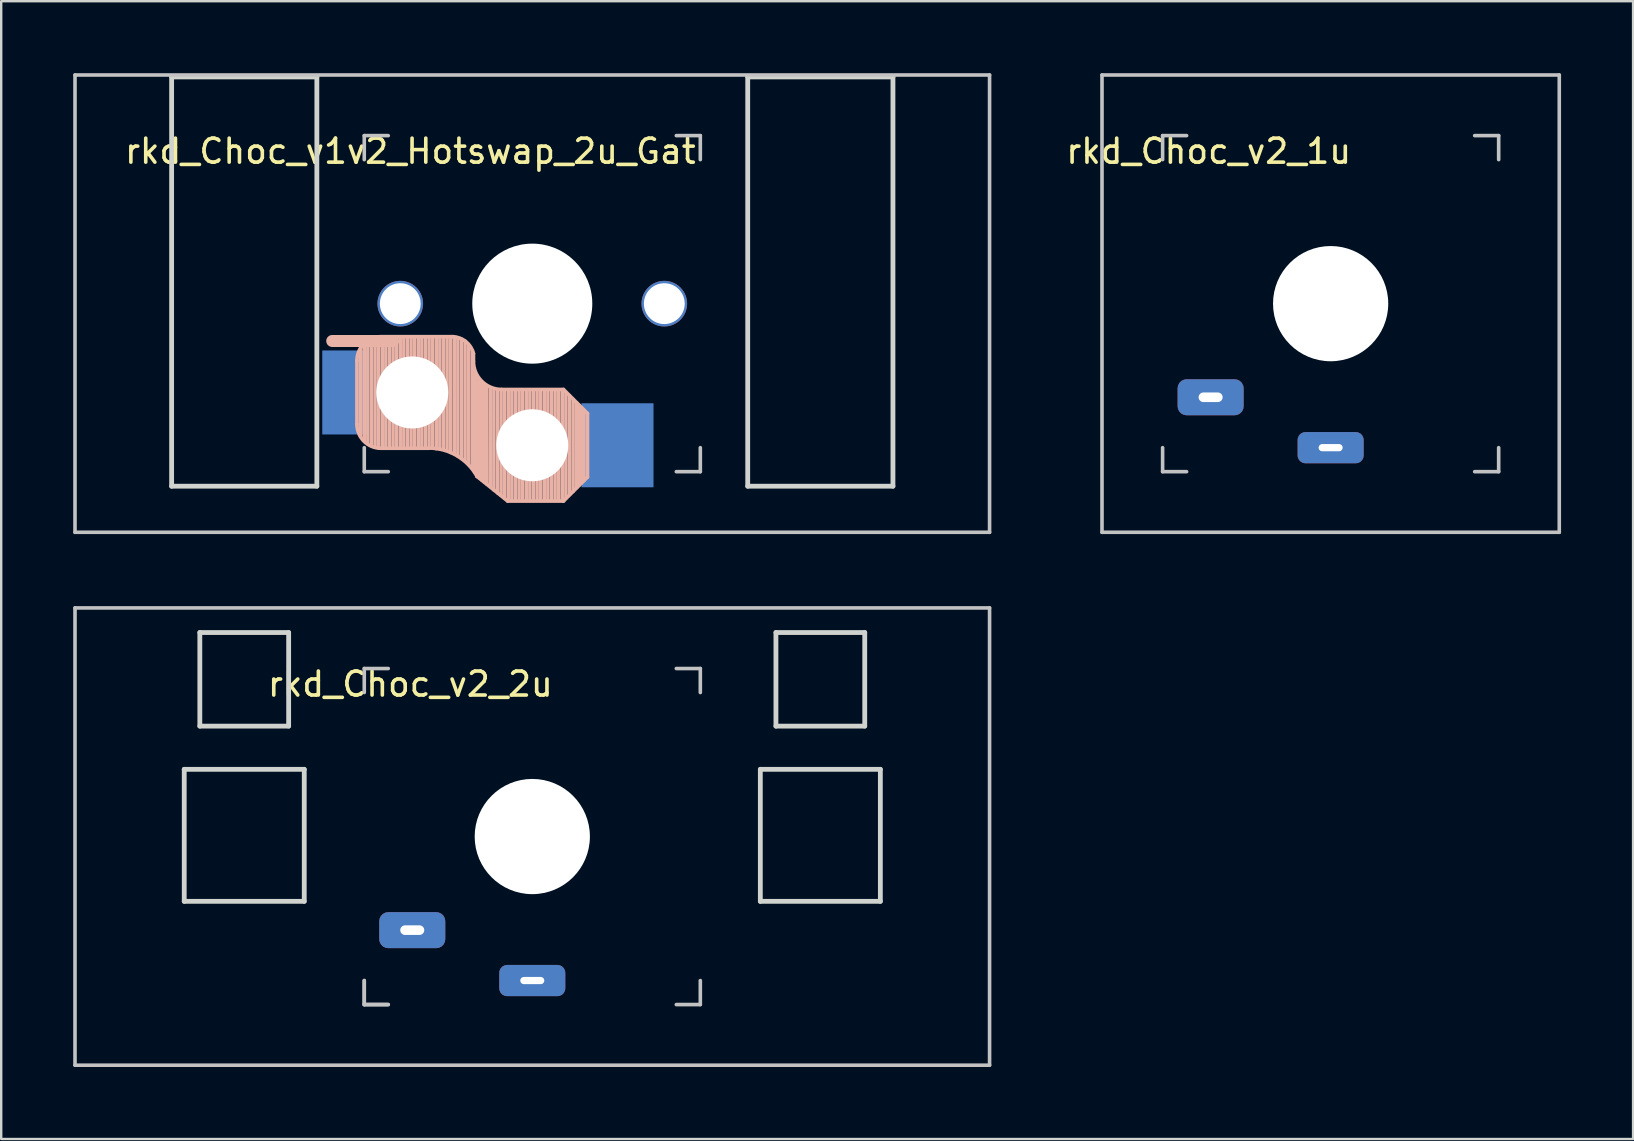
<source format=kicad_pcb>
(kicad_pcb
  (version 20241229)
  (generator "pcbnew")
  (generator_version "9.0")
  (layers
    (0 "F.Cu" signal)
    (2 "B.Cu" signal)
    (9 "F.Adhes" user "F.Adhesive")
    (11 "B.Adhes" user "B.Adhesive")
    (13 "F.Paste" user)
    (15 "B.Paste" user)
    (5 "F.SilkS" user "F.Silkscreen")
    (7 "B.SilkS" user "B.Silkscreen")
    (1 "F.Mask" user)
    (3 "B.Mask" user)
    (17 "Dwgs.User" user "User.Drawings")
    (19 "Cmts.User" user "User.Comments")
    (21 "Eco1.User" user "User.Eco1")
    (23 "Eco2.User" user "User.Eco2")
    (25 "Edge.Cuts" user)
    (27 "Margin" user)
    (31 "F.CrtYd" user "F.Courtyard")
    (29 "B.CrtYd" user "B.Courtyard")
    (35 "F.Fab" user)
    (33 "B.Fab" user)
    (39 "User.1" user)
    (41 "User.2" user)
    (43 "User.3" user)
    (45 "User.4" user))
  (footprint "rkd_Choc_v1v2_Hotswap_2u_Gat"
    (layer "F.Cu")
    (at 19.125 9.6)
    (property "Reference" "rkd_Choc_v1v2_Hotswap_2u_Gat" (at -5.08 -6.35 180) (layer "F.SilkS") (effects (font (size 1 1) (thickness 0.15))))
    (attr through_hole)
    (fp_line (start -7.305 2.375) (end -7.305 5.025) (stroke (width 0.15) (type solid)) (layer "B.SilkS"))
    (fp_line (start -7.15 5.53) (end -7.15 1.85) (stroke (width 0.15) (type solid)) (layer "B.SilkS"))
    (fp_line (start -7 5.7) (end -7 1.73) (stroke (width 0.15) (type solid)) (layer "B.SilkS"))
    (fp_line (start -6.85 5.84) (end -6.85 1.7) (stroke (width 0.15) (type solid)) (layer "B.SilkS"))
    (fp_line (start -6.7 5.92) (end -6.7 1.8) (stroke (width 0.15) (type solid)) (layer "B.SilkS"))
    (fp_line (start -6.55 5.97) (end -6.55 1.65) (stroke (width 0.15) (type solid)) (layer "B.SilkS"))
    (fp_line (start -6.4 6.01) (end -6.4 1.5) (stroke (width 0.15) (type solid)) (layer "B.SilkS"))
    (fp_line (start -6.25 6) (end -6.25 1.4) (stroke (width 0.15) (type solid)) (layer "B.SilkS"))
    (fp_line (start -6.1 6) (end -6.1 1.4) (stroke (width 0.15) (type solid)) (layer "B.SilkS"))
    (fp_line (start -5.95 6) (end -5.95 1.4) (stroke (width 0.15) (type solid)) (layer "B.SilkS"))
    (fp_line (start -5.8 1.555) (end -8.334 1.555) (stroke (width 0.5) (type default)) (layer "B.SilkS"))
    (fp_line (start -5.8 6) (end -5.8 1.4) (stroke (width 0.15) (type solid)) (layer "B.SilkS"))
    (fp_line (start -5.65 6) (end -5.65 1.4) (stroke (width 0.15) (type solid)) (layer "B.SilkS"))
    (fp_line (start -5.5 6) (end -5.5 1.4) (stroke (width 0.15) (type solid)) (layer "B.SilkS"))
    (fp_line (start -5.35 6) (end -5.35 1.4) (stroke (width 0.15) (type solid)) (layer "B.SilkS"))
    (fp_line (start -5.2 6) (end -5.2 1.4) (stroke (width 0.15) (type solid)) (layer "B.SilkS"))
    (fp_line (start -5.05 6) (end -5.05 1.4) (stroke (width 0.15) (type solid)) (layer "B.SilkS"))
    (fp_line (start -4.9 6) (end -4.9 1.4) (stroke (width 0.15) (type solid)) (layer "B.SilkS"))
    (fp_line (start -4.75 6) (end -4.75 1.4) (stroke (width 0.15) (type solid)) (layer "B.SilkS"))
    (fp_line (start -4.6 6) (end -4.6 1.4) (stroke (width 0.15) (type solid)) (layer "B.SilkS"))
    (fp_line (start -4.45 6) (end -4.45 1.4) (stroke (width 0.15) (type solid)) (layer "B.SilkS"))
    (fp_line (start -4.3 6) (end -4.3 1.4) (stroke (width 0.15) (type solid)) (layer "B.SilkS"))
    (fp_line (start -4.3 6.025) (end -6.275 6.025) (stroke (width 0.15) (type solid)) (layer "B.SilkS"))
    (fp_line (start -4.15 6) (end -4.15 1.45) (stroke (width 0.15) (type solid)) (layer "B.SilkS"))
    (fp_line (start -4 6.04) (end -4 1.4) (stroke (width 0.15) (type solid)) (layer "B.SilkS"))
    (fp_line (start -3.85 6.05) (end -3.85 1.4) (stroke (width 0.15) (type solid)) (layer "B.SilkS"))
    (fp_line (start -3.7 6.05) (end -3.7 1.45) (stroke (width 0.15) (type solid)) (layer "B.SilkS"))
    (fp_line (start -3.55 6.1) (end -3.55 1.39) (stroke (width 0.15) (type solid)) (layer "B.SilkS"))
    (fp_line (start -3.4 6.2) (end -3.4 1.38) (stroke (width 0.15) (type solid)) (layer "B.SilkS"))
    (fp_line (start -3.311 1.375) (end -6.275 1.375) (stroke (width 0.15) (type solid)) (layer "B.SilkS"))
    (fp_line (start -3.25 6.25) (end -3.25 1.4) (stroke (width 0.15) (type solid)) (layer "B.SilkS"))
    (fp_line (start -3.1 6.35) (end -3.1 1.43) (stroke (width 0.15) (type solid)) (layer "B.SilkS"))
    (fp_line (start -2.95 6.45) (end -2.95 1.48) (stroke (width 0.15) (type solid)) (layer "B.SilkS"))
    (fp_line (start -2.8 6.55) (end -2.8 1.56) (stroke (width 0.15) (type solid)) (layer "B.SilkS"))
    (fp_line (start -2.65 6.7) (end -2.65 1.75) (stroke (width 0.15) (type solid)) (layer "B.SilkS"))
    (fp_line (start -2.5 6.85) (end -2.5 1.95) (stroke (width 0.15) (type solid)) (layer "B.SilkS"))
    (fp_line (start -2.45 2.4) (end -2.45 2.077) (stroke (width 0.15) (type default)) (layer "B.SilkS"))
    (fp_line (start -2.4 7.02) (end -2.4 2.9) (stroke (width 0.15) (type solid)) (layer "B.SilkS"))
    (fp_line (start -2.3 7.2) (end -2.3 3.05) (stroke (width 0.15) (type solid)) (layer "B.SilkS"))
    (fp_line (start -2.3 7.2) (end -1.025 8.225) (stroke (width 0.15) (type solid)) (layer "B.SilkS"))
    (fp_line (start -2.2 7.27) (end -2.2 3.25) (stroke (width 0.15) (type solid)) (layer "B.SilkS"))
    (fp_line (start -2.1 7.35) (end -2.1 3.35) (stroke (width 0.15) (type solid)) (layer "B.SilkS"))
    (fp_line (start -2 7.43) (end -2 3.4) (stroke (width 0.15) (type solid)) (layer "B.SilkS"))
    (fp_line (start -1.89 7.52) (end -1.9 3.45) (stroke (width 0.15) (type solid)) (layer "B.SilkS"))
    (fp_line (start -1.75 7.62) (end -1.75 3.5) (stroke (width 0.15) (type solid)) (layer "B.SilkS"))
    (fp_line (start -1.6 7.76) (end -1.6 3.6) (stroke (width 0.15) (type solid)) (layer "B.SilkS"))
    (fp_line (start -1.45 7.88) (end -1.45 3.6) (stroke (width 0.15) (type solid)) (layer "B.SilkS"))
    (fp_line (start -1.3 7.99) (end -1.3 3.6) (stroke (width 0.15) (type solid)) (layer "B.SilkS"))
    (fp_line (start -1.15 8.11) (end -1.15 3.65) (stroke (width 0.15) (type solid)) (layer "B.SilkS"))
    (fp_line (start -1 8.2) (end -1 3.6) (stroke (width 0.15) (type solid)) (layer "B.SilkS"))
    (fp_line (start -0.85 8.2) (end -0.85 3.6) (stroke (width 0.15) (type solid)) (layer "B.SilkS"))
    (fp_line (start -0.7 8.2) (end -0.7 3.6) (stroke (width 0.15) (type solid)) (layer "B.SilkS"))
    (fp_line (start -0.55 8.2) (end -0.55 3.6) (stroke (width 0.15) (type solid)) (layer "B.SilkS"))
    (fp_line (start -0.4 8.2) (end -0.4 3.6) (stroke (width 0.15) (type solid)) (layer "B.SilkS"))
    (fp_line (start -0.25 8.2) (end -0.25 3.6) (stroke (width 0.15) (type solid)) (layer "B.SilkS"))
    (fp_line (start -0.1 8.2) (end -0.1 3.6) (stroke (width 0.15) (type solid)) (layer "B.SilkS"))
    (fp_line (start 0.05 8.2) (end 0.05 3.6) (stroke (width 0.15) (type solid)) (layer "B.SilkS"))
    (fp_line (start 0.2 8.2) (end 0.2 3.6) (stroke (width 0.15) (type solid)) (layer "B.SilkS"))
    (fp_line (start 0.35 8.2) (end 0.35 3.6) (stroke (width 0.15) (type solid)) (layer "B.SilkS"))
    (fp_line (start 0.5 8.2) (end 0.5 3.6) (stroke (width 0.15) (type solid)) (layer "B.SilkS"))
    (fp_line (start 0.65 8.2) (end 0.65 3.6) (stroke (width 0.15) (type solid)) (layer "B.SilkS"))
    (fp_line (start 0.8 8.2) (end 0.8 3.6) (stroke (width 0.15) (type solid)) (layer "B.SilkS"))
    (fp_line (start 0.95 8.2) (end 0.95 3.6) (stroke (width 0.15) (type solid)) (layer "B.SilkS"))
    (fp_line (start 1.1 8.2) (end 1.1 3.6) (stroke (width 0.15) (type solid)) (layer "B.SilkS"))
    (fp_line (start 1.25 8.2) (end 1.25 3.6) (stroke (width 0.15) (type solid)) (layer "B.SilkS"))
    (fp_line (start 1.3 3.575) (end -1.275 3.575) (stroke (width 0.15) (type solid)) (layer "B.SilkS"))
    (fp_line (start 1.3 8.225) (end -1.025 8.225) (stroke (width 0.15) (type solid)) (layer "B.SilkS"))
    (fp_line (start 1.4 8.09) (end 1.4 3.7) (stroke (width 0.15) (type solid)) (layer "B.SilkS"))
    (fp_line (start 1.55 7.95) (end 1.55 3.83) (stroke (width 0.15) (type solid)) (layer "B.SilkS"))
    (fp_line (start 1.7 7.82) (end 1.7 3.99) (stroke (width 0.15) (type solid)) (layer "B.SilkS"))
    (fp_line (start 1.85 7.66) (end 1.85 4.13) (stroke (width 0.15) (type solid)) (layer "B.SilkS"))
    (fp_line (start 1.95 7.56) (end 1.95 4.23) (stroke (width 0.15) (type solid)) (layer "B.SilkS"))
    (fp_line (start 2.05 7.45) (end 2.05 4.33) (stroke (width 0.15) (type solid)) (layer "B.SilkS"))
    (fp_line (start 2.15 7.37) (end 2.15 4.44) (stroke (width 0.15) (type solid)) (layer "B.SilkS"))
    (fp_line (start 2.3 4.575) (end 1.3 3.575) (stroke (width 0.15) (type solid)) (layer "B.SilkS"))
    (fp_line (start 2.3 4.575) (end 2.3 7.225) (stroke (width 0.15) (type solid)) (layer "B.SilkS"))
    (fp_line (start 2.3 7.225) (end 1.3 8.225) (stroke (width 0.15) (type solid)) (layer "B.SilkS"))
    (fp_arc (start -7.305 2.375) (mid -7.012107 1.667893) (end -6.305 1.375) (stroke (width 0.15) (type solid)) (layer "B.SilkS"))
    (fp_arc (start -6.305 6.025) (mid -7.012107 5.732107) (end -7.305 5.025) (stroke (width 0.15) (type solid)) (layer "B.SilkS"))
    (fp_arc (start -4.3 6.017458) (mid -3.138277 6.335211) (end -2.3 7.2) (stroke (width 0.15) (type solid)) (layer "B.SilkS"))
    (fp_arc (start -3.311204 1.375) (mid -2.763915 1.58277) (end -2.45 2.076887) (stroke (width 0.15) (type solid)) (layer "B.SilkS"))
    (fp_arc (start -1.275 3.575) (mid -2.10585 3.23085) (end -2.45 2.4) (stroke (width 0.15) (type solid)) (layer "B.SilkS"))
    (fp_line (start -19.05 -9.525) (end 19.05 -9.525) (stroke (width 0.15) (type solid)) (layer "Dwgs.User"))
    (fp_line (start -19.05 9.525) (end -19.05 -9.525) (stroke (width 0.15) (type solid)) (layer "Dwgs.User"))
    (fp_line (start -7 -7) (end -6 -7) (stroke (width 0.15) (type solid)) (layer "Dwgs.User"))
    (fp_line (start -7 -6) (end -7 -7) (stroke (width 0.15) (type solid)) (layer "Dwgs.User"))
    (fp_line (start -7 7) (end -7 6) (stroke (width 0.15) (type solid)) (layer "Dwgs.User"))
    (fp_line (start -6 7) (end -7 7) (stroke (width 0.15) (type solid)) (layer "Dwgs.User"))
    (fp_line (start 6 7) (end 7 7) (stroke (width 0.15) (type solid)) (layer "Dwgs.User"))
    (fp_line (start 7 -7) (end 6 -7) (stroke (width 0.15) (type solid)) (layer "Dwgs.User"))
    (fp_line (start 7 -6) (end 7 -7) (stroke (width 0.15) (type solid)) (layer "Dwgs.User"))
    (fp_line (start 7 7) (end 7 6) (stroke (width 0.15) (type solid)) (layer "Dwgs.User"))
    (fp_line (start 19.05 -9.525) (end 19.05 9.525) (stroke (width 0.15) (type solid)) (layer "Dwgs.User"))
    (fp_line (start 19.05 9.525) (end -19.05 9.525) (stroke (width 0.15) (type solid)) (layer "Dwgs.User"))
    (fp_line (start -15.025 -9.445) (end -8.975 -9.445) (stroke (width 0.2) (type solid)) (layer "Edge.Cuts"))
    (fp_line (start -15.025 7.605) (end -15.025 -9.445) (stroke (width 0.2) (type solid)) (layer "Edge.Cuts"))
    (fp_line (start -8.975 -9.445) (end -8.975 7.605) (stroke (width 0.2) (type solid)) (layer "Edge.Cuts"))
    (fp_line (start -8.975 7.605) (end -15.025 7.605) (stroke (width 0.2) (type solid)) (layer "Edge.Cuts"))
    (fp_line (start 8.975 -9.445) (end 8.975 7.605) (stroke (width 0.2) (type solid)) (layer "Edge.Cuts"))
    (fp_line (start 8.975 7.605) (end 15.025 7.605) (stroke (width 0.2) (type solid)) (layer "Edge.Cuts"))
    (fp_line (start 15.025 -9.445) (end 8.975 -9.445) (stroke (width 0.2) (type solid)) (layer "Edge.Cuts"))
    (fp_line (start 15.025 7.605) (end 15.025 -9.445) (stroke (width 0.2) (type solid)) (layer "Edge.Cuts"))
    (pad "" np_thru_hole circle (at -5.5 0) (size 1.9 1.9) (drill 1.7) (layers "*.Cu" "*.Mask"))
    (pad "" np_thru_hole circle (at -5 3.7 90) (size 3 3) (drill 3) (layers "*.Cu" "*.Mask"))
    (pad "" np_thru_hole circle (at 0 0 90) (size 5 5) (drill 5) (layers "*.Cu" "*.Mask"))
    (pad "" np_thru_hole circle (at 0 5.9 90) (size 3 3) (drill 3) (layers "*.Cu" "*.Mask"))
    (pad "" np_thru_hole circle (at 5.5 0) (size 1.9 1.9) (drill 1.7) (layers "*.Cu" "*.Mask"))
    (pad "1" smd rect (at -7.8 3.7 180) (size 1.9 3.5) (layers "B.Cu" "B.Mask" "B.Paste"))
    (pad "2" smd rect (at 3.55 5.9 180) (size 3 3.5) (layers "B.Cu" "B.Mask" "B.Paste")))
  (footprint "rkd_Choc_v2_2u"
    (layer "F.Cu")
    (at 19.125 31.8)
    (property "Reference" "rkd_Choc_v2_2u" (at -5.08 -6.35 180) (layer "F.SilkS") (effects (font (size 1 1) (thickness 0.15))))
    (attr through_hole)
    (fp_line (start -19.05 -9.525) (end 19.05 -9.525) (stroke (width 0.15) (type solid)) (layer "Dwgs.User"))
    (fp_line (start -19.05 9.525) (end -19.05 -9.525) (stroke (width 0.15) (type solid)) (layer "Dwgs.User"))
    (fp_line (start -7 -7) (end -6 -7) (stroke (width 0.15) (type solid)) (layer "Dwgs.User"))
    (fp_line (start -7 -6) (end -7 -7) (stroke (width 0.15) (type solid)) (layer "Dwgs.User"))
    (fp_line (start -7 7) (end -7 6) (stroke (width 0.15) (type solid)) (layer "Dwgs.User"))
    (fp_line (start -7 7) (end -7 6) (stroke (width 0.15) (type solid)) (layer "Dwgs.User"))
    (fp_line (start -6 7) (end -7 7) (stroke (width 0.15) (type solid)) (layer "Dwgs.User"))
    (fp_line (start -6 7) (end -7 7) (stroke (width 0.15) (type solid)) (layer "Dwgs.User"))
    (fp_line (start 6 7) (end 7 7) (stroke (width 0.15) (type solid)) (layer "Dwgs.User"))
    (fp_line (start 7 -7) (end 6 -7) (stroke (width 0.15) (type solid)) (layer "Dwgs.User"))
    (fp_line (start 7 -6) (end 7 -7) (stroke (width 0.15) (type solid)) (layer "Dwgs.User"))
    (fp_line (start 7 7) (end 7 6) (stroke (width 0.15) (type solid)) (layer "Dwgs.User"))
    (fp_line (start 19.05 -9.525) (end 19.05 9.525) (stroke (width 0.15) (type solid)) (layer "Dwgs.User"))
    (fp_line (start 19.05 9.525) (end -19.05 9.525) (stroke (width 0.15) (type solid)) (layer "Dwgs.User"))
    (fp_line (start -14.5 -2.8) (end -9.5 -2.8) (stroke (width 0.2) (type solid)) (layer "Edge.Cuts"))
    (fp_line (start -14.5 2.7) (end -14.5 -2.8) (stroke (width 0.2) (type solid)) (layer "Edge.Cuts"))
    (fp_line (start -13.85 -8.5) (end -10.15 -8.5) (stroke (width 0.2) (type solid)) (layer "Edge.Cuts"))
    (fp_line (start -13.85 -4.6) (end -13.85 -8.5) (stroke (width 0.2) (type solid)) (layer "Edge.Cuts"))
    (fp_line (start -10.15 -8.5) (end -10.15 -4.6) (stroke (width 0.2) (type solid)) (layer "Edge.Cuts"))
    (fp_line (start -10.15 -4.6) (end -13.85 -4.6) (stroke (width 0.2) (type solid)) (layer "Edge.Cuts"))
    (fp_line (start -9.5 -2.8) (end -9.5 2.7) (stroke (width 0.2) (type solid)) (layer "Edge.Cuts"))
    (fp_line (start -9.5 2.7) (end -14.5 2.7) (stroke (width 0.2) (type solid)) (layer "Edge.Cuts"))
    (fp_line (start 9.5 -2.8) (end 9.5 2.7) (stroke (width 0.2) (type solid)) (layer "Edge.Cuts"))
    (fp_line (start 9.5 2.7) (end 14.5 2.7) (stroke (width 0.2) (type solid)) (layer "Edge.Cuts"))
    (fp_line (start 10.15 -8.5) (end 10.15 -4.6) (stroke (width 0.2) (type solid)) (layer "Edge.Cuts"))
    (fp_line (start 10.15 -4.6) (end 13.85 -4.6) (stroke (width 0.2) (type solid)) (layer "Edge.Cuts"))
    (fp_line (start 13.85 -8.5) (end 10.15 -8.5) (stroke (width 0.2) (type solid)) (layer "Edge.Cuts"))
    (fp_line (start 13.85 -8.5) (end 13.85 -4.6) (stroke (width 0.2) (type solid)) (layer "Edge.Cuts"))
    (fp_line (start 14.5 -2.8) (end 9.5 -2.8) (stroke (width 0.2) (type solid)) (layer "Edge.Cuts"))
    (fp_line (start 14.5 2.7) (end 14.5 -2.8) (stroke (width 0.2) (type solid)) (layer "Edge.Cuts"))
    (pad "" np_thru_hole circle (at 0 0 90) (size 4.8 4.8) (drill 4.8) (layers "*.Cu" "*.Mask"))
    (pad "1" thru_hole roundrect (at -5 3.9) (size 2.75 1.5) (drill oval 1 0.4) (layers "*.Cu" "*.Mask") (roundrect_rratio 0.25))
    (pad "2" thru_hole roundrect (at 0 6) (size 2.75 1.3) (drill oval 1 0.3) (layers "*.Cu" "*.Mask") (roundrect_rratio 0.25)))
  (footprint "rkd_Choc_v2_1u"
    (layer "F.Cu")
    (at 52.384 9.6)
    (property "Reference" "rkd_Choc_v2_1u" (at -5.08 -6.35 180) (layer "F.SilkS") (effects (font (size 1 1) (thickness 0.15))))
    (attr through_hole)
    (fp_line (start -9.525 -9.525) (end 9.525 -9.525) (stroke (width 0.15) (type solid)) (layer "Dwgs.User"))
    (fp_line (start -9.525 9.525) (end -9.525 -9.525) (stroke (width 0.15) (type solid)) (layer "Dwgs.User"))
    (fp_line (start -7 -7) (end -6 -7) (stroke (width 0.15) (type solid)) (layer "Dwgs.User"))
    (fp_line (start -7 -6) (end -7 -7) (stroke (width 0.15) (type solid)) (layer "Dwgs.User"))
    (fp_line (start -7 7) (end -7 6) (stroke (width 0.15) (type solid)) (layer "Dwgs.User"))
    (fp_line (start -6 7) (end -7 7) (stroke (width 0.15) (type solid)) (layer "Dwgs.User"))
    (fp_line (start 6 7) (end 7 7) (stroke (width 0.15) (type solid)) (layer "Dwgs.User"))
    (fp_line (start 7 -7) (end 6 -7) (stroke (width 0.15) (type solid)) (layer "Dwgs.User"))
    (fp_line (start 7 -6) (end 7 -7) (stroke (width 0.15) (type solid)) (layer "Dwgs.User"))
    (fp_line (start 7 7) (end 7 6) (stroke (width 0.15) (type solid)) (layer "Dwgs.User"))
    (fp_line (start 9.525 -9.525) (end 9.525 9.525) (stroke (width 0.15) (type solid)) (layer "Dwgs.User"))
    (fp_line (start 9.525 9.525) (end -9.525 9.525) (stroke (width 0.15) (type solid)) (layer "Dwgs.User"))
    (pad "" np_thru_hole circle (at 0 0 90) (size 4.8 4.8) (drill 4.8) (layers "*.Cu" "*.Mask"))
    (pad "1" thru_hole roundrect (at -5 3.9) (size 2.75 1.5) (drill oval 1 0.4) (layers "*.Cu" "*.Mask") (roundrect_rratio 0.25))
    (pad "2" thru_hole roundrect (at 0 6) (size 2.75 1.3) (drill oval 1 0.3) (layers "*.Cu" "*.Mask") (roundrect_rratio 0.25)))
  (gr_rect
    (start -3 -3)
    (end 64.984 44.4)
    (stroke (width 0.1) (type default))
    (fill no)
    (layer "Edge.Cuts")))
</source>
